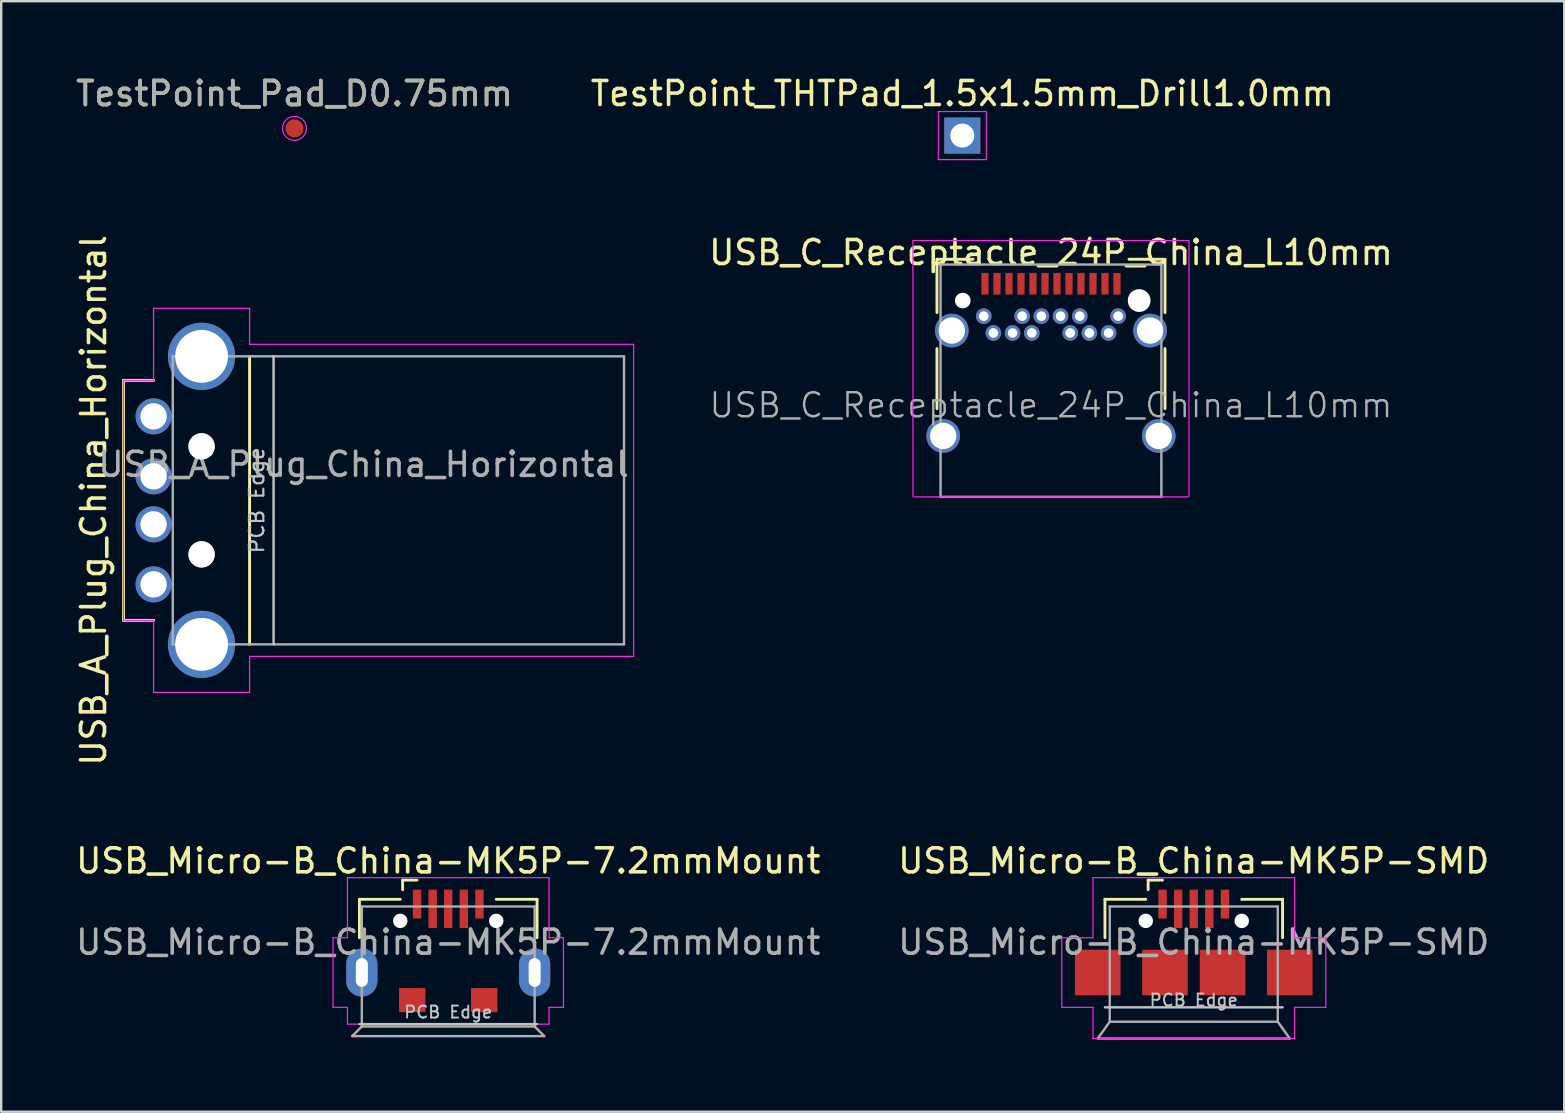
<source format=kicad_pcb>
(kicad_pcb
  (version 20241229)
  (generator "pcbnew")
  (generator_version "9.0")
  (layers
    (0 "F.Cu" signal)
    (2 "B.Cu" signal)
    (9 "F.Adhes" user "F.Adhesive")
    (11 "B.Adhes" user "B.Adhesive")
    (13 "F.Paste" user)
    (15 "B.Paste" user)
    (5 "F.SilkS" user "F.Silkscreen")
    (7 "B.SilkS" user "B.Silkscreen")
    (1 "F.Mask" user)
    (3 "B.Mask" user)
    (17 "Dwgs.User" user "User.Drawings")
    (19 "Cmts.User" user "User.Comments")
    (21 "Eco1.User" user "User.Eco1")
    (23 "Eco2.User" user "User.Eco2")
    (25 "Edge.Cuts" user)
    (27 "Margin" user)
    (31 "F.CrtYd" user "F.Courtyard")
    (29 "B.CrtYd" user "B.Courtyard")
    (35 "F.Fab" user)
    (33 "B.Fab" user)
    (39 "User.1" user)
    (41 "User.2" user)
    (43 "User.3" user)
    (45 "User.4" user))
  (footprint "USB_Micro-B_China-MK5P-7.2mmMount"
    (layer "F.Cu")
    (at 15.625 35.317)
    (property "Reference" "USB_Micro-B_China-MK5P-7.2mmMount" (at 0 -2.5 0) (layer "F.SilkS") (effects (font (size 1 1) (thickness 0.15))))
    (attr through_hole)
    (fp_line (start -3.7 -0.9) (end -2 -0.9) (stroke (width 0.12) (type solid)) (layer "F.SilkS"))
    (fp_line (start -3.7 0.7) (end -3.7 -0.9) (stroke (width 0.12) (type solid)) (layer "F.SilkS"))
    (fp_line (start -1.9 -1.7) (end -1.9 -1.3) (stroke (width 0.12) (type solid)) (layer "F.SilkS"))
    (fp_line (start -1.9 -1.7) (end -1.3 -1.7) (stroke (width 0.12) (type solid)) (layer "F.SilkS"))
    (fp_line (start 3.7 -0.9) (end 2 -0.9) (stroke (width 0.12) (type solid)) (layer "F.SilkS"))
    (fp_line (start 3.7 0.7) (end 3.7 -0.9) (stroke (width 0.12) (type solid)) (layer "F.SilkS"))
    (fp_line (start -3.7 4.3) (end 3.7 4.3) (stroke (width 0.1) (type solid)) (layer "Dwgs.User"))
    (fp_line (start -4.8 0.7) (end -4.2 0.7) (stroke (width 0.05) (type solid)) (layer "F.CrtYd"))
    (fp_line (start -4.8 3.6) (end -4.8 0.7) (stroke (width 0.05) (type solid)) (layer "F.CrtYd"))
    (fp_line (start -4.8 3.6) (end -4.2 3.6) (stroke (width 0.05) (type solid)) (layer "F.CrtYd"))
    (fp_line (start -4.2 -1.8) (end 4.2 -1.8) (stroke (width 0.05) (type solid)) (layer "F.CrtYd"))
    (fp_line (start -4.2 0.7) (end -4.2 -1.8) (stroke (width 0.05) (type solid)) (layer "F.CrtYd"))
    (fp_line (start -4.2 3.6) (end -4.2 4.3) (stroke (width 0.05) (type solid)) (layer "F.CrtYd"))
    (fp_line (start -4.2 4.3) (end 4.2 4.3) (stroke (width 0.05) (type solid)) (layer "F.CrtYd"))
    (fp_line (start 4.2 -1.8) (end 4.2 0.7) (stroke (width 0.05) (type solid)) (layer "F.CrtYd"))
    (fp_line (start 4.2 0.7) (end 4.8 0.7) (stroke (width 0.05) (type solid)) (layer "F.CrtYd"))
    (fp_line (start 4.2 3.6) (end 4.2 4.3) (stroke (width 0.05) (type solid)) (layer "F.CrtYd"))
    (fp_line (start 4.2 3.6) (end 4.8 3.6) (stroke (width 0.05) (type solid)) (layer "F.CrtYd"))
    (fp_line (start 4.8 3.6) (end 4.8 0.7) (stroke (width 0.05) (type solid)) (layer "F.CrtYd"))
    (fp_line (start -4 4.8) (end -3.6 4.4) (stroke (width 0.1) (type solid)) (layer "F.Fab"))
    (fp_line (start -4 4.8) (end 4 4.8) (stroke (width 0.1) (type solid)) (layer "F.Fab"))
    (fp_line (start -3.6 -0.6) (end 3.6 -0.6) (stroke (width 0.1) (type solid)) (layer "F.Fab"))
    (fp_line (start -3.6 4.4) (end -3.6 -0.6) (stroke (width 0.1) (type solid)) (layer "F.Fab"))
    (fp_line (start -3.6 4.4) (end 3.6 4.4) (stroke (width 0.1) (type solid)) (layer "F.Fab"))
    (fp_line (start 3.6 4.4) (end 3.6 -0.6) (stroke (width 0.1) (type solid)) (layer "F.Fab"))
    (fp_line (start 4 4.8) (end 3.6 4.4) (stroke (width 0.1) (type solid)) (layer "F.Fab"))
    (fp_text user "PCB Edge" (at 0 3.8 0) (layer "Dwgs.User") (effects (font (size 0.5 0.5) (thickness 0.08))))
    (fp_text user "${REFERENCE}" (at 0 0.887 0) (layer "F.Fab") (effects (font (size 1 1) (thickness 0.15))))
    (pad "" np_thru_hole circle (at -2 0) (size 0.6 0.6) (drill 0.6) (layers "*.Cu" "*.Mask"))
    (pad "" np_thru_hole circle (at 2 0) (size 0.6 0.6) (drill 0.6) (layers "*.Cu" "*.Mask"))
    (pad "1" smd rect (at -1.3 -0.7) (size 0.35 1.2) (layers "F.Cu" "F.Mask" "F.Paste"))
    (pad "2" smd rect (at -0.65 -0.5) (size 0.35 1.6) (layers "F.Cu" "F.Mask" "F.Paste"))
    (pad "3" smd rect (at 0 -0.5) (size 0.35 1.6) (layers "F.Cu" "F.Mask" "F.Paste"))
    (pad "4" smd rect (at 0.65 -0.5) (size 0.35 1.6) (layers "F.Cu" "F.Mask" "F.Paste"))
    (pad "5" smd rect (at 1.3 -0.7) (size 0.35 1.2) (layers "F.Cu" "F.Mask" "F.Paste"))
    (pad "6" thru_hole oval (at -3.6 2.15) (size 1.3 2) (drill oval 0.5 1.2) (layers "*.Cu" "*.Mask"))
    (pad "6" smd rect (at -1.5 3.3) (size 1.1 1) (layers "F.Cu" "F.Mask" "F.Paste"))
    (pad "6" smd rect (at 1.5 3.3) (size 1.1 1) (layers "F.Cu" "F.Mask" "F.Paste"))
    (pad "6" thru_hole oval (at 3.6 2.15) (size 1.3 2) (drill oval 0.5 1.2) (layers "*.Cu" "*.Mask")))
  (footprint "TestPoint_Pad_D0.75mm"
    (layer "F.Cu")
    (at 9.22 2.298)
    (property "Reference" "TestPoint_Pad_D0.75mm" (at 0 -1.448 0) (layer "F.SilkS") (effects (font (size 1 1) (thickness 0.15))))
    (attr exclude_from_pos_files exclude_from_bom)
    (fp_circle (center 0 0) (end 0.5 0) (stroke (width 0.05) (type solid)) (fill no) (layer "F.CrtYd"))
    (fp_text user "${REFERENCE}" (at 0 -1.45 0) (layer "F.Fab") (effects (font (size 1 1) (thickness 0.15))))
    (pad "1" smd circle (at 0 0) (size 0.75 0.75) (layers "F.Cu" "F.Mask")))
  (footprint "USB_Micro-B_China-MK5P-SMD"
    (layer "F.Cu")
    (at 46.685 35.317)
    (property "Reference" "USB_Micro-B_China-MK5P-SMD" (at 0 -2.5 0) (layer "F.SilkS") (effects (font (size 1 1) (thickness 0.15))))
    (attr smd)
    (fp_line (start -3.7 -0.9) (end -2 -0.9) (stroke (width 0.12) (type solid)) (layer "F.SilkS"))
    (fp_line (start -3.7 0.7) (end -3.7 -0.9) (stroke (width 0.12) (type solid)) (layer "F.SilkS"))
    (fp_line (start -1.9 -1.7) (end -1.9 -1.3) (stroke (width 0.12) (type solid)) (layer "F.SilkS"))
    (fp_line (start -1.9 -1.7) (end -1.3 -1.7) (stroke (width 0.12) (type solid)) (layer "F.SilkS"))
    (fp_line (start 3.7 -0.9) (end 2 -0.9) (stroke (width 0.12) (type solid)) (layer "F.SilkS"))
    (fp_line (start 3.7 0.7) (end 3.7 -0.9) (stroke (width 0.12) (type solid)) (layer "F.SilkS"))
    (fp_line (start -3.7 3.6) (end 3.7 3.6) (stroke (width 0.1) (type solid)) (layer "Dwgs.User"))
    (fp_line (start -5.5 0.7) (end -4.2 0.7) (stroke (width 0.05) (type solid)) (layer "F.CrtYd"))
    (fp_line (start -5.5 3.6) (end -5.5 0.7) (stroke (width 0.05) (type solid)) (layer "F.CrtYd"))
    (fp_line (start -5.5 3.6) (end -4.2 3.6) (stroke (width 0.05) (type solid)) (layer "F.CrtYd"))
    (fp_line (start -4.2 -1.8) (end 4.2 -1.8) (stroke (width 0.05) (type solid)) (layer "F.CrtYd"))
    (fp_line (start -4.2 0.7) (end -4.2 -1.8) (stroke (width 0.05) (type solid)) (layer "F.CrtYd"))
    (fp_line (start -4.2 3.6) (end -4.2 4.9) (stroke (width 0.05) (type solid)) (layer "F.CrtYd"))
    (fp_line (start -4.2 4.9) (end 4.2 4.9) (stroke (width 0.05) (type solid)) (layer "F.CrtYd"))
    (fp_line (start 4.2 -1.8) (end 4.2 0.7) (stroke (width 0.05) (type solid)) (layer "F.CrtYd"))
    (fp_line (start 4.2 0.7) (end 5.5 0.7) (stroke (width 0.05) (type solid)) (layer "F.CrtYd"))
    (fp_line (start 4.2 3.6) (end 4.2 4.9) (stroke (width 0.05) (type solid)) (layer "F.CrtYd"))
    (fp_line (start 4.2 3.6) (end 5.5 3.6) (stroke (width 0.05) (type solid)) (layer "F.CrtYd"))
    (fp_line (start 5.5 3.6) (end 5.5 0.7) (stroke (width 0.05) (type solid)) (layer "F.CrtYd"))
    (fp_line (start -4 4.9) (end -3.5 4.2) (stroke (width 0.1) (type solid)) (layer "F.Fab"))
    (fp_line (start -4 4.9) (end 4 4.9) (stroke (width 0.1) (type solid)) (layer "F.Fab"))
    (fp_line (start -3.5 -0.6) (end 3.5 -0.6) (stroke (width 0.1) (type solid)) (layer "F.Fab"))
    (fp_line (start -3.5 4.2) (end -3.5 -0.6) (stroke (width 0.1) (type solid)) (layer "F.Fab"))
    (fp_line (start -3.5 4.2) (end 3.5 4.2) (stroke (width 0.1) (type solid)) (layer "F.Fab"))
    (fp_line (start 3.5 4.2) (end 3.5 -0.6) (stroke (width 0.1) (type solid)) (layer "F.Fab"))
    (fp_line (start 4 4.9) (end 3.5 4.2) (stroke (width 0.1) (type solid)) (layer "F.Fab"))
    (fp_text user "PCB Edge" (at 0 3.3 0) (layer "Dwgs.User") (effects (font (size 0.5 0.5) (thickness 0.08))))
    (fp_text user "${REFERENCE}" (at 0 0.887 0) (layer "F.Fab") (effects (font (size 1 1) (thickness 0.15))))
    (pad "" np_thru_hole circle (at -2 0) (size 0.6 0.6) (drill 0.6) (layers "*.Cu" "*.Mask"))
    (pad "" np_thru_hole circle (at 2 0) (size 0.6 0.6) (drill 0.6) (layers "*.Cu" "*.Mask"))
    (pad "1" smd rect (at -1.3 -0.7) (size 0.35 1.2) (layers "F.Cu" "F.Mask" "F.Paste"))
    (pad "2" smd rect (at -0.65 -0.5) (size 0.35 1.6) (layers "F.Cu" "F.Mask" "F.Paste"))
    (pad "3" smd rect (at 0 -0.5) (size 0.35 1.6) (layers "F.Cu" "F.Mask" "F.Paste"))
    (pad "4" smd rect (at 0.65 -0.5) (size 0.35 1.6) (layers "F.Cu" "F.Mask" "F.Paste"))
    (pad "5" smd rect (at 1.3 -0.7) (size 0.35 1.2) (layers "F.Cu" "F.Mask" "F.Paste"))
    (pad "6" smd rect (at -4 2.15) (size 1.9 1.9) (layers "F.Cu" "F.Mask"))
    (pad "6" smd rect (at -1.2 2.15) (size 1.9 1.9) (layers "F.Cu" "F.Mask" "F.Paste"))
    (pad "6" smd rect (at 1.2 2.15) (size 1.9 1.9) (layers "F.Cu" "F.Mask" "F.Paste"))
    (pad "6" smd rect (at 4 2.15) (size 1.9 1.9) (layers "F.Cu" "F.Mask")))
  (footprint "USB_A_Plug_China_Horizontal"
    (layer "F.Cu")
    (at 5.348 17.796)
    (property "Reference" "USB_A_Plug_China_Horizontal" (at -4.5 0 90) (layer "F.SilkS") (effects (font (size 1 1) (thickness 0.15))))
    (attr through_hole)
    (fp_line (start -3.25 -5) (end -3.25 5) (stroke (width 0.12) (type solid)) (layer "F.SilkS"))
    (fp_line (start -3.25 -5) (end -2 -5) (stroke (width 0.12) (type solid)) (layer "F.SilkS"))
    (fp_line (start -2 5) (end -3.25 5) (stroke (width 0.12) (type solid)) (layer "F.SilkS"))
    (fp_line (start 2 6) (end 2 -6) (stroke (width 0.12) (type solid)) (layer "F.SilkS"))
    (fp_line (start 3 6) (end 3 -6) (stroke (width 0.1) (type solid)) (layer "Dwgs.User"))
    (fp_line (start -3.25 -5) (end -2 -5) (stroke (width 0.05) (type solid)) (layer "F.CrtYd"))
    (fp_line (start -3.25 5) (end -3.25 -5) (stroke (width 0.05) (type solid)) (layer "F.CrtYd"))
    (fp_line (start -3.25 5) (end -2 5) (stroke (width 0.05) (type solid)) (layer "F.CrtYd"))
    (fp_line (start -2 -8) (end -2 -5) (stroke (width 0.05) (type solid)) (layer "F.CrtYd"))
    (fp_line (start -2 -8) (end 2 -8) (stroke (width 0.05) (type solid)) (layer "F.CrtYd"))
    (fp_line (start -2 5) (end -2 8) (stroke (width 0.05) (type solid)) (layer "F.CrtYd"))
    (fp_line (start -2 8) (end 2 8) (stroke (width 0.05) (type solid)) (layer "F.CrtYd"))
    (fp_line (start 2 -6.5) (end 2 -8) (stroke (width 0.05) (type solid)) (layer "F.CrtYd"))
    (fp_line (start 2 -6.5) (end 18 -6.5) (stroke (width 0.05) (type solid)) (layer "F.CrtYd"))
    (fp_line (start 2 6.5) (end 18 6.5) (stroke (width 0.05) (type solid)) (layer "F.CrtYd"))
    (fp_line (start 2 8) (end 2 6.5) (stroke (width 0.05) (type solid)) (layer "F.CrtYd"))
    (fp_line (start 18 6.5) (end 18 -6.5) (stroke (width 0.05) (type solid)) (layer "F.CrtYd"))
    (fp_line (start -1.2 -6) (end 17.6 -6) (stroke (width 0.1) (type solid)) (layer "F.Fab"))
    (fp_line (start -1.2 6) (end -1.2 -6) (stroke (width 0.1) (type solid)) (layer "F.Fab"))
    (fp_line (start -1.2 6) (end 17.6 6) (stroke (width 0.1) (type solid)) (layer "F.Fab"))
    (fp_line (start 17.6 6) (end 17.6 -6) (stroke (width 0.1) (type solid)) (layer "F.Fab"))
    (fp_circle (center 0 -2.25) (end 0.5 -2.25) (stroke (width 0.1) (type solid)) (fill no) (layer "F.Fab"))
    (fp_circle (center 0 2.25) (end 0.5 2.25) (stroke (width 0.1) (type solid)) (fill no) (layer "F.Fab"))
    (fp_text user "PCB Edge" (at 2.3 0 90) (layer "Dwgs.User") (effects (font (size 0.6 0.6) (thickness 0.09))))
    (fp_text user "${REFERENCE}" (at 6.75 -1.5 0) (layer "F.Fab") (effects (font (size 1 1) (thickness 0.15))))
    (pad "" np_thru_hole circle (at 0 -2.25) (size 1.1 1.1) (drill 1.1) (layers "*.Cu" "*.Mask"))
    (pad "" np_thru_hole circle (at 0 2.25) (size 1.1 1.1) (drill 1.1) (layers "*.Cu" "*.Mask"))
    (pad "1" thru_hole circle (at -2 -3.5) (size 1.5 1.5) (drill 1.1) (layers "*.Cu" "*.Mask"))
    (pad "2" thru_hole circle (at -2 -1) (size 1.5 1.5) (drill 1.1) (layers "*.Cu" "*.Mask"))
    (pad "3" thru_hole circle (at -2 1) (size 1.5 1.5) (drill 1.1) (layers "*.Cu" "*.Mask"))
    (pad "4" thru_hole circle (at -2 3.5) (size 1.5 1.5) (drill 1.1) (layers "*.Cu" "*.Mask"))
    (pad "5" thru_hole circle (at 0 -6) (size 2.8 2.8) (drill 2.2) (layers "*.Cu" "*.Mask"))
    (pad "5" thru_hole circle (at 0 6) (size 2.8 2.8) (drill 2.2) (layers "*.Cu" "*.Mask")))
  (footprint "USB_C_Receptacle_24P_China_L10mm"
    (layer "F.Cu")
    (at 40.736 9.472)
    (property "Reference" "USB_C_Receptacle_24P_China_L10mm" (at 0 -2 0) (layer "F.SilkS") (effects (font (size 1 1) (thickness 0.15))))
    (attr through_hole)
    (fp_line (start -4.75 -1.72) (end -4.75 0.5) (stroke (width 0.12) (type solid)) (layer "F.SilkS"))
    (fp_line (start -4.75 -1.72) (end -3.25 -1.72) (stroke (width 0.12) (type solid)) (layer "F.SilkS"))
    (fp_line (start -4.75 2) (end -4.75 4.5) (stroke (width 0.12) (type solid)) (layer "F.SilkS"))
    (fp_line (start 3.25 -1.72) (end 4.75 -1.72) (stroke (width 0.12) (type solid)) (layer "F.SilkS"))
    (fp_line (start 4.75 -1.72) (end 4.75 0.5) (stroke (width 0.12) (type solid)) (layer "F.SilkS"))
    (fp_line (start 4.75 2) (end 4.75 4.5) (stroke (width 0.12) (type solid)) (layer "F.SilkS"))
    (fp_line (start -5.75 -2.5) (end 5.75 -2.5) (stroke (width 0.05) (type solid)) (layer "F.CrtYd"))
    (fp_line (start -5.75 8.18) (end -5.75 -2.5) (stroke (width 0.05) (type solid)) (layer "F.CrtYd"))
    (fp_line (start 5.69 8.18) (end -5.69 8.18) (stroke (width 0.05) (type solid)) (layer "F.CrtYd"))
    (fp_line (start 5.75 -2.5) (end 5.75 8.18) (stroke (width 0.05) (type solid)) (layer "F.CrtYd"))
    (fp_line (start -4.6 -1.5) (end 4.6 -1.5) (stroke (width 0.1) (type solid)) (layer "F.Fab"))
    (fp_line (start -4.6 8.18) (end -4.6 -1.5) (stroke (width 0.1) (type solid)) (layer "F.Fab"))
    (fp_line (start -4.6 8.18) (end 4.6 8.18) (stroke (width 0.1) (type solid)) (layer "F.Fab"))
    (fp_line (start 4.6 8.18) (end 4.6 -1.5) (stroke (width 0.1) (type solid)) (layer "F.Fab"))
    (fp_text user "${REFERENCE}" (at 0 4.36 0) (layer "F.Fab") (effects (font (size 1 1) (thickness 0.1))))
    (pad "" np_thru_hole circle (at -3.675 0) (size 0.65 0.65) (drill 0.65) (layers "*.Cu" "*.Mask"))
    (pad "" np_thru_hole circle (at 3.675 0) (size 0.95 0.95) (drill 0.95) (layers "*.Cu" "*.Mask"))
    (pad "A1" smd rect (at -2.75 -0.7) (size 0.3 0.9) (layers "F.Cu" "F.Mask" "F.Paste"))
    (pad "A2" smd rect (at -2.25 -0.7) (size 0.3 0.9) (layers "F.Cu" "F.Mask" "F.Paste"))
    (pad "A3" smd rect (at -1.75 -0.7) (size 0.3 0.9) (layers "F.Cu" "F.Mask" "F.Paste"))
    (pad "A4" smd rect (at -1.25 -0.7) (size 0.3 0.9) (layers "F.Cu" "F.Mask" "F.Paste"))
    (pad "A5" smd rect (at -0.75 -0.7) (size 0.3 0.9) (layers "F.Cu" "F.Mask" "F.Paste"))
    (pad "A6" smd rect (at -0.25 -0.7) (size 0.3 0.9) (layers "F.Cu" "F.Mask" "F.Paste"))
    (pad "A7" smd rect (at 0.25 -0.7) (size 0.3 0.9) (layers "F.Cu" "F.Mask" "F.Paste"))
    (pad "A8" smd rect (at 0.75 -0.7) (size 0.3 0.9) (layers "F.Cu" "F.Mask" "F.Paste"))
    (pad "A9" smd rect (at 1.25 -0.7) (size 0.3 0.9) (layers "F.Cu" "F.Mask" "F.Paste"))
    (pad "A10" smd rect (at 1.75 -0.7) (size 0.3 0.9) (layers "F.Cu" "F.Mask" "F.Paste"))
    (pad "A11" smd rect (at 2.25 -0.7) (size 0.3 0.9) (layers "F.Cu" "F.Mask" "F.Paste"))
    (pad "A12" smd rect (at 2.75 -0.7) (size 0.3 0.9) (layers "F.Cu" "F.Mask" "F.Paste"))
    (pad "B1" thru_hole circle (at 2.8 0.65) (size 0.65 0.65) (drill 0.4) (layers "*.Cu" "*.Mask"))
    (pad "B2" thru_hole circle (at 2.4 1.35) (size 0.65 0.65) (drill 0.4) (layers "*.Cu" "*.Mask"))
    (pad "B3" thru_hole circle (at 1.6 1.35) (size 0.65 0.65) (drill 0.4) (layers "*.Cu" "*.Mask"))
    (pad "B4" thru_hole circle (at 1.2 0.65) (size 0.65 0.65) (drill 0.4) (layers "*.Cu" "*.Mask"))
    (pad "B5" thru_hole circle (at 0.8 1.35) (size 0.65 0.65) (drill 0.4) (layers "*.Cu" "*.Mask"))
    (pad "B6" thru_hole circle (at 0.4 0.65) (size 0.65 0.65) (drill 0.4) (layers "*.Cu" "*.Mask"))
    (pad "B7" thru_hole circle (at -0.4 0.65) (size 0.65 0.65) (drill 0.4) (layers "*.Cu" "*.Mask"))
    (pad "B8" thru_hole circle (at -0.8 1.35) (size 0.65 0.65) (drill 0.4) (layers "*.Cu" "*.Mask"))
    (pad "B9" thru_hole circle (at -1.2 0.65) (size 0.65 0.65) (drill 0.4) (layers "*.Cu" "*.Mask"))
    (pad "B10" thru_hole circle (at -1.6 1.35) (size 0.65 0.65) (drill 0.4) (layers "*.Cu" "*.Mask"))
    (pad "B11" thru_hole circle (at -2.4 1.35) (size 0.65 0.65) (drill 0.4) (layers "*.Cu" "*.Mask"))
    (pad "B12" thru_hole circle (at -2.8 0.65) (size 0.65 0.65) (drill 0.4) (layers "*.Cu" "*.Mask"))
    (pad "S1" thru_hole circle (at -4.49 5.64) (size 1.4 1.4) (drill 1.1) (layers "*.Cu" "*.Mask"))
    (pad "S1" thru_hole circle (at -4.13 1.25) (size 1.4 1.4) (drill 1.1) (layers "*.Cu" "*.Mask"))
    (pad "S1" thru_hole circle (at 4.13 1.25) (size 1.4 1.4) (drill 1.1) (layers "*.Cu" "*.Mask"))
    (pad "S1" thru_hole circle (at 4.49 5.64) (size 1.4 1.4) (drill 1.1) (layers "*.Cu" "*.Mask")))
  (footprint "TestPoint_THTPad_1.5x1.5mm_Drill1.0mm"
    (layer "F.Cu")
    (at 37.042 2.598)
    (property "Reference" "TestPoint_THTPad_1.5x1.5mm_Drill1.0mm" (at 0 -1.75 0) (layer "F.SilkS") (effects (font (size 1 1) (thickness 0.15))))
    (attr exclude_from_pos_files exclude_from_bom)
    (fp_line (start -1 -1) (end -1 1) (stroke (width 0.05) (type solid)) (layer "F.CrtYd"))
    (fp_line (start -1 -1) (end 1 -1) (stroke (width 0.05) (type solid)) (layer "F.CrtYd"))
    (fp_line (start 1 1) (end -1 1) (stroke (width 0.05) (type solid)) (layer "F.CrtYd"))
    (fp_line (start 1 1) (end 1 -1) (stroke (width 0.05) (type solid)) (layer "F.CrtYd"))
    (pad "1" thru_hole rect (at 0 0) (size 1.5 1.5) (drill 1) (layers "*.Cu" "*.Mask")))
  (gr_rect
    (start -3 -3)
    (end 62.119 43.267)
    (stroke (width 0.1) (type default))
    (fill no)
    (layer "Edge.Cuts")))
</source>
